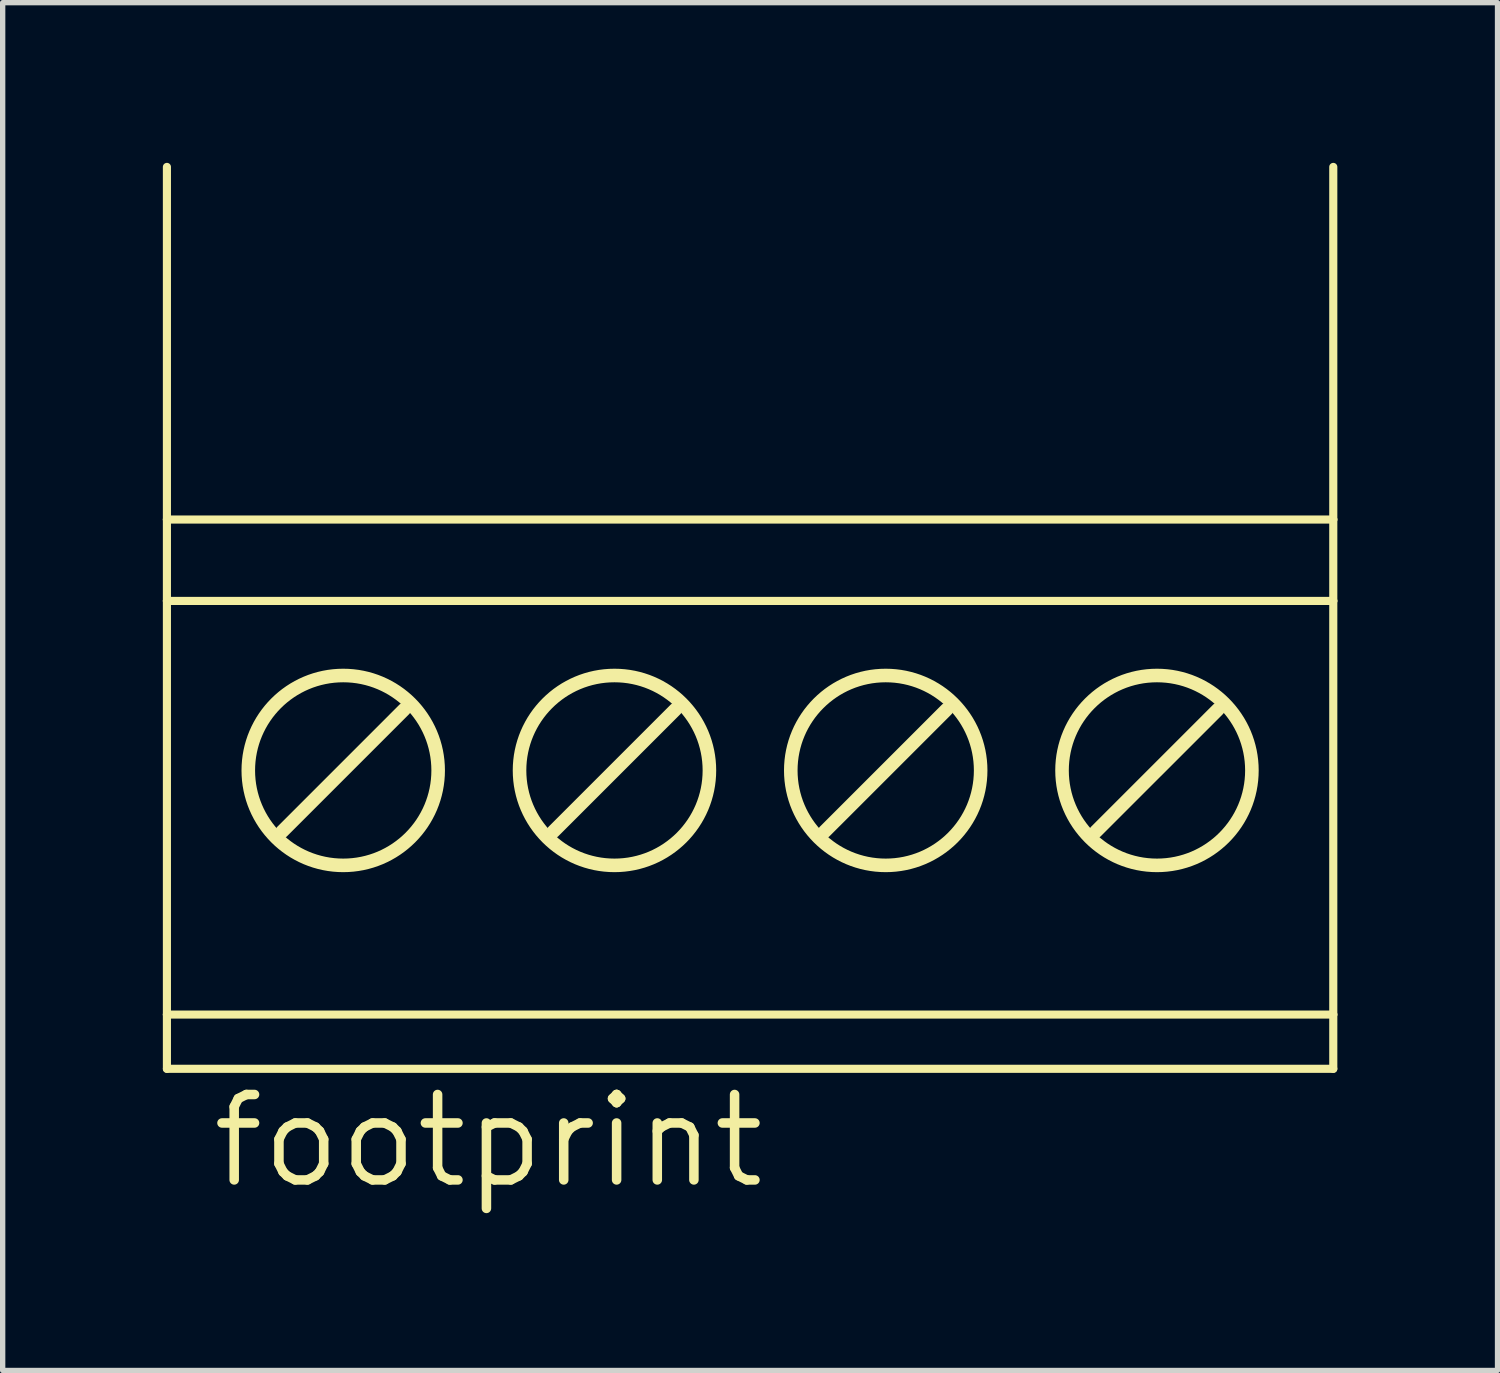
<source format=kicad_pcb>
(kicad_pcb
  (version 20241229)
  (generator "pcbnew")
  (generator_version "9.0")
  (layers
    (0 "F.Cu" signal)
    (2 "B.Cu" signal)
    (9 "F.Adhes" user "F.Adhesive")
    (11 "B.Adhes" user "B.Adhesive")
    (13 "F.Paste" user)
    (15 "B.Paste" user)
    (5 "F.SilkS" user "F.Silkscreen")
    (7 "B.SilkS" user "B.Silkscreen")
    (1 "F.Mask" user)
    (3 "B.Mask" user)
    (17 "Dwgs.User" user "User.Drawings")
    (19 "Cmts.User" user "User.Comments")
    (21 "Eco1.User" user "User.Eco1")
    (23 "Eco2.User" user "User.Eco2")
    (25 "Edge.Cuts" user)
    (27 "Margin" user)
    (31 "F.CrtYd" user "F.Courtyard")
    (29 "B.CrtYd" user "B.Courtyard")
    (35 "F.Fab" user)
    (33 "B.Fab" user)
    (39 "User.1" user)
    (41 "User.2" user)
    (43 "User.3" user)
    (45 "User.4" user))
  (footprint "footprint"
    (layer "F.Cu")
    (at 10.998 10.109)
    (property "Reference" "footprint" (at -10.16 9.144 0) (layer "F.SilkS") (effects (font (size 1.6 1.6) (thickness 0.178)) (justify left bottom)))
    (fp_line (start -10.922 -10.033) (end -10.922 -3.429) (stroke (width 0.152) (type solid)) (layer "F.SilkS"))
    (fp_line (start -10.922 -3.429) (end -10.922 -1.905) (stroke (width 0.152) (type solid)) (layer "F.SilkS"))
    (fp_line (start -10.922 -3.429) (end 10.922 -3.429) (stroke (width 0.152) (type solid)) (layer "F.SilkS"))
    (fp_line (start -10.922 -1.905) (end -10.922 5.842) (stroke (width 0.152) (type solid)) (layer "F.SilkS"))
    (fp_line (start -10.922 -1.905) (end 10.922 -1.905) (stroke (width 0.152) (type solid)) (layer "F.SilkS"))
    (fp_line (start -10.922 5.842) (end -10.922 6.858) (stroke (width 0.152) (type solid)) (layer "F.SilkS"))
    (fp_line (start -10.922 5.842) (end 10.922 5.842) (stroke (width 0.152) (type solid)) (layer "F.SilkS"))
    (fp_line (start -10.922 6.858) (end 10.922 6.858) (stroke (width 0.152) (type solid)) (layer "F.SilkS"))
    (fp_line (start -8.763 2.413) (end -6.477 0.127) (stroke (width 0.254) (type solid)) (layer "F.SilkS"))
    (fp_line (start -3.683 2.413) (end -1.397 0.127) (stroke (width 0.254) (type solid)) (layer "F.SilkS"))
    (fp_line (start 1.397 2.413) (end 3.683 0.127) (stroke (width 0.254) (type solid)) (layer "F.SilkS"))
    (fp_line (start 6.477 2.413) (end 8.763 0.127) (stroke (width 0.254) (type solid)) (layer "F.SilkS"))
    (fp_line (start 10.922 -10.033) (end 10.922 -3.429) (stroke (width 0.152) (type solid)) (layer "F.SilkS"))
    (fp_line (start 10.922 -3.429) (end 10.922 -1.905) (stroke (width 0.152) (type solid)) (layer "F.SilkS"))
    (fp_line (start 10.922 -1.905) (end 10.922 5.842) (stroke (width 0.152) (type solid)) (layer "F.SilkS"))
    (fp_line (start 10.922 5.842) (end 10.922 6.858) (stroke (width 0.152) (type solid)) (layer "F.SilkS"))
    (fp_circle (center -7.62 1.27) (end -5.842 1.27) (stroke (width 0.254) (type solid)) (fill no) (layer "F.SilkS"))
    (fp_circle (center -2.54 1.27) (end -0.762 1.27) (stroke (width 0.254) (type solid)) (fill no) (layer "F.SilkS"))
    (fp_circle (center 2.54 1.27) (end 4.318 1.27) (stroke (width 0.254) (type solid)) (fill no) (layer "F.SilkS"))
    (fp_circle (center 7.62 1.27) (end 9.398 1.27) (stroke (width 0.254) (type solid)) (fill no) (layer "F.SilkS")))
  (gr_rect
    (start -3 -3)
    (end 24.996 22.616)
    (stroke (width 0.1) (type default))
    (fill no)
    (layer "Edge.Cuts")))
</source>
